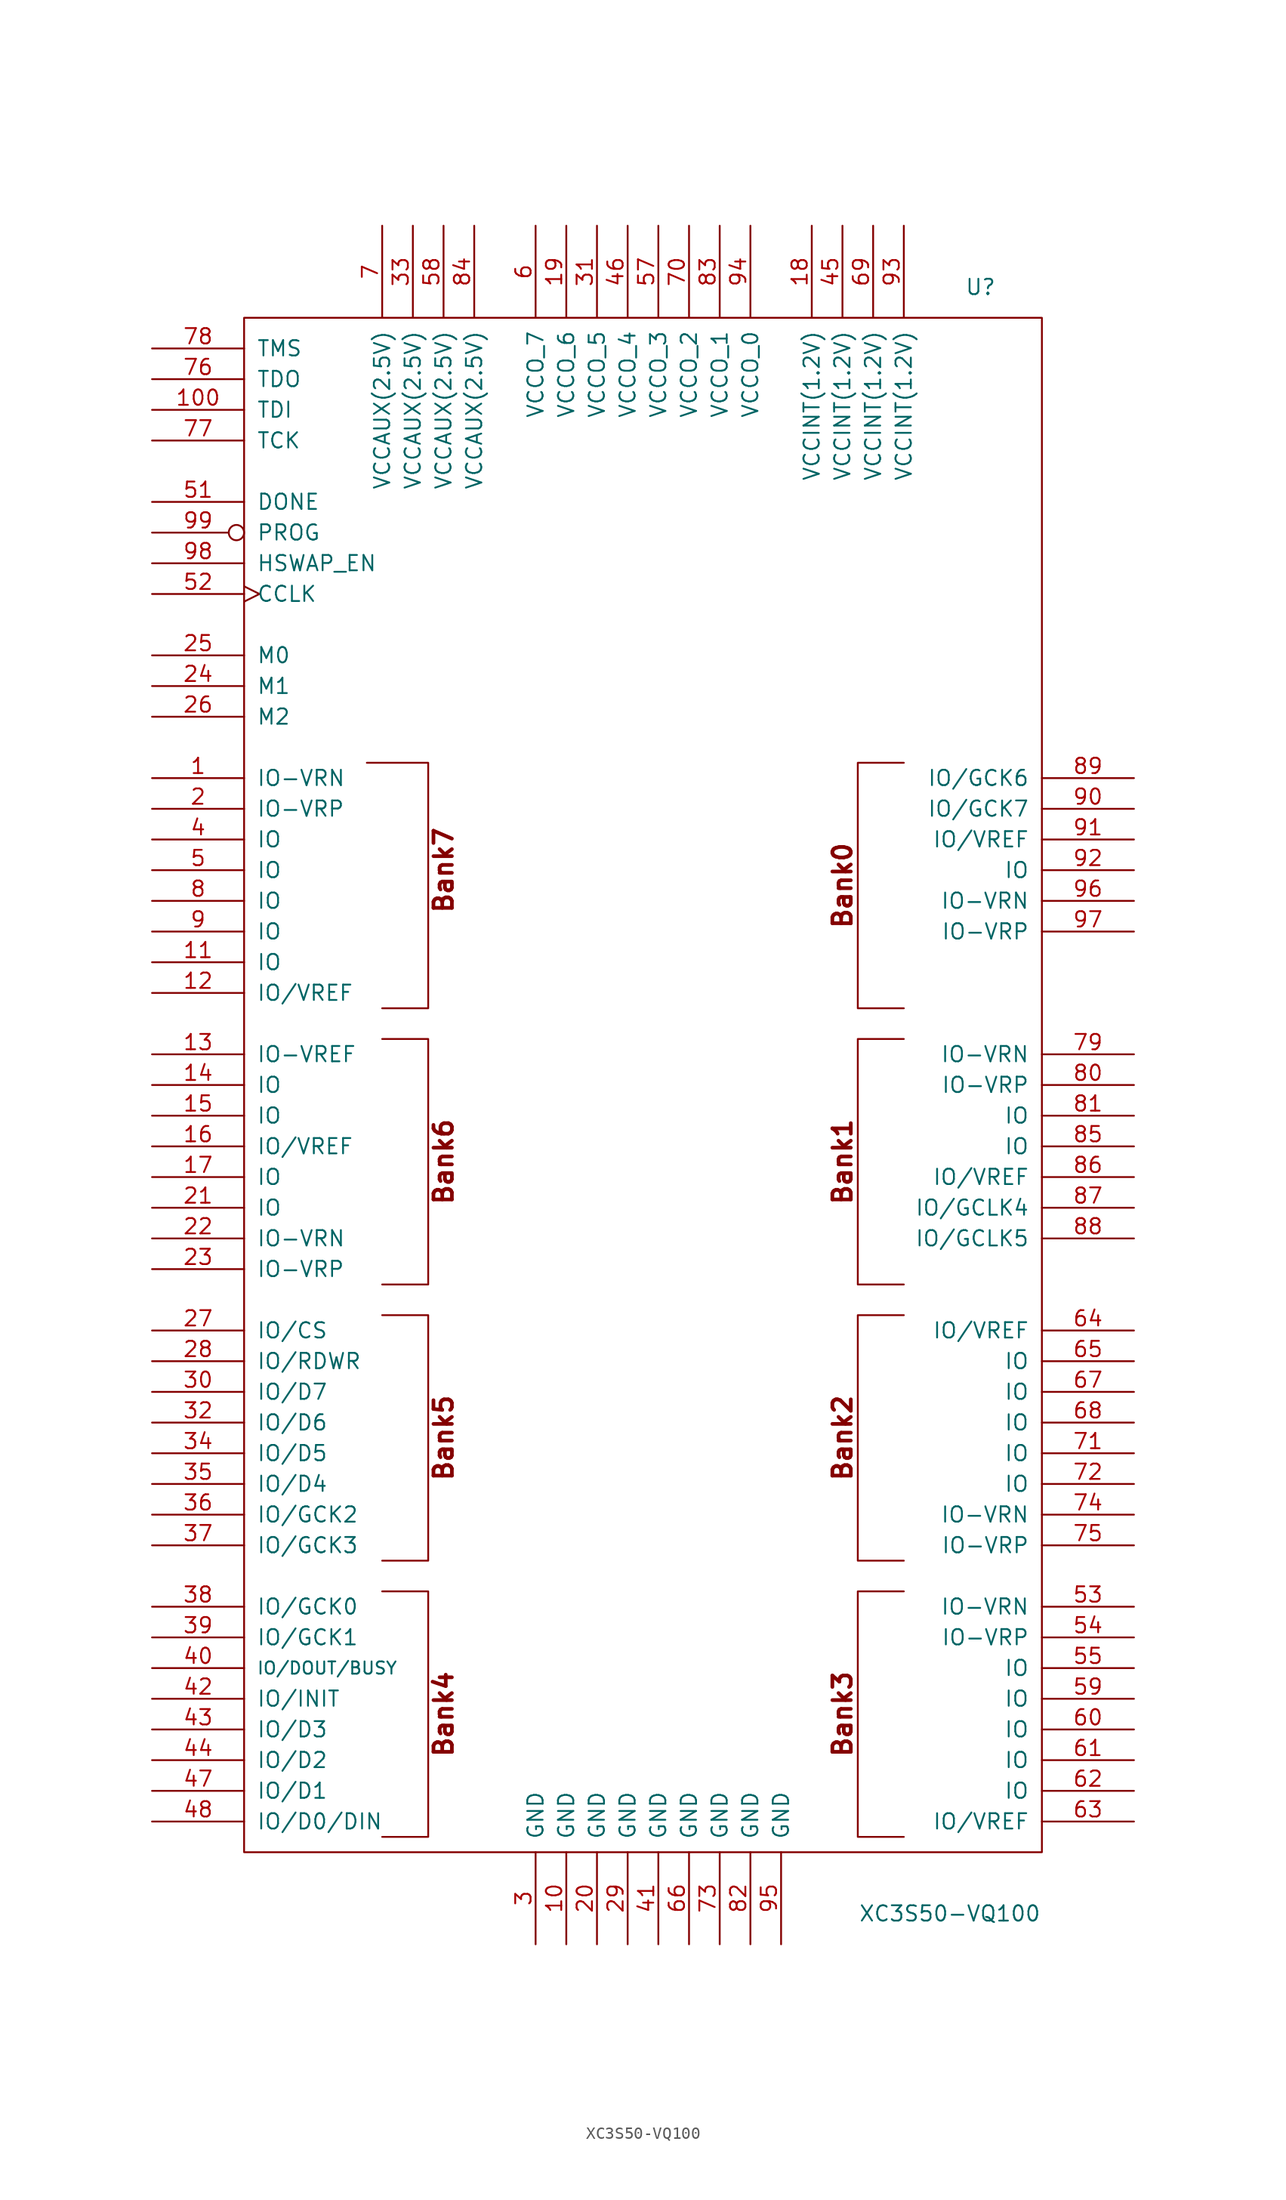
<source format=kicad_sym>
(kicad_symbol_lib
  (version 20201005)
  (generator kicad_symbol_editor)
  (symbol "XC3S50-VQ100"
    (pin_names
      (offset 1.016))
    (property "Reference" "U"
      (at 26.67 66.04 0)
      (effects (font (size 1.27 1.27))))
    (property "Value" "XC3S50-VQ100"
      (at 24.13 -68.58 0)
      (effects (font (size 1.27 1.27))))
    (symbol "XC3S50-VQ100_0_0"
      (text "Bank0" (at 15.24 16.51 900) (effects (font (size 1.524 1.524) bold)))
      (text "Bank1" (at 15.24 -6.35 900) (effects (font (size 1.524 1.524) bold)))
      (text "Bank2" (at 15.24 -29.21 900) (effects (font (size 1.524 1.524) bold)))
      (text "Bank3" (at 15.24 -52.07 900) (effects (font (size 1.524 1.524) bold)))
      (text "Bank4" (at -17.78 -52.07 900) (effects (font (size 1.524 1.524) bold)))
      (text "Bank5" (at -17.78 -29.21 900) (effects (font (size 1.524 1.524) bold)))
      (text "Bank6" (at -17.78 -6.35 900) (effects (font (size 1.524 1.524) bold)))
      (text "Bank7" (at -17.78 17.78 900) (effects (font (size 1.524 1.524) bold)))
      (rectangle (start -34.29 63.5) (end 31.75 -63.5) (stroke (width 0)) (fill (type none))))
    (symbol "XC3S50-VQ100_0_1"
      (polyline (pts (xy -24.13 26.67) (xy -19.05 26.67) (xy -19.05 6.35) (xy -22.86 6.35) (xy -22.86 6.35)) (stroke (width 0)) (fill (type none)))
      (polyline (pts (xy -22.86 -41.91) (xy -19.05 -41.91) (xy -19.05 -62.23) (xy -22.86 -62.23) (xy -22.86 -62.23)) (stroke (width 0)) (fill (type none)))
      (polyline (pts (xy -22.86 -19.05) (xy -19.05 -19.05) (xy -19.05 -39.37) (xy -22.86 -39.37) (xy -22.86 -39.37)) (stroke (width 0)) (fill (type none)))
      (polyline (pts (xy -22.86 3.81) (xy -19.05 3.81) (xy -19.05 -16.51) (xy -22.86 -16.51) (xy -22.86 -16.51)) (stroke (width 0)) (fill (type none)))
      (polyline (pts (xy 20.32 -41.91) (xy 16.51 -41.91) (xy 16.51 -62.23) (xy 20.32 -62.23) (xy 20.32 -62.23)) (stroke (width 0)) (fill (type none)))
      (polyline (pts (xy 20.32 -19.05) (xy 16.51 -19.05) (xy 16.51 -39.37) (xy 20.32 -39.37) (xy 20.32 -39.37)) (stroke (width 0)) (fill (type none)))
      (polyline (pts (xy 20.32 3.81) (xy 16.51 3.81) (xy 16.51 -16.51) (xy 20.32 -16.51) (xy 20.32 -16.51)) (stroke (width 0)) (fill (type none)))
      (polyline (pts (xy 20.32 26.67) (xy 16.51 26.67) (xy 16.51 6.35) (xy 20.32 6.35) (xy 20.32 6.35)) (stroke (width 0)) (fill (type none))))
    (symbol "XC3S50-VQ100_1_1"
      (pin bidirectional line (at -41.91 25.4 0) (length 7.62) (name "IO-VRN" (effects (font (size 1.27 1.27)))) (number "1" (effects (font (size 1.27 1.27)))))
      (pin power_in line (at -7.62 -71.12 90) (length 7.62) (name "GND" (effects (font (size 1.27 1.27)))) (number "10" (effects (font (size 1.27 1.27)))))
      (pin input line (at -41.91 55.88 0) (length 7.62) (name "TDI" (effects (font (size 1.27 1.27)))) (number "100" (effects (font (size 1.27 1.27)))))
      (pin bidirectional line (at -41.91 10.16 0) (length 7.62) (name "IO" (effects (font (size 1.27 1.27)))) (number "11" (effects (font (size 1.27 1.27)))))
      (pin bidirectional line (at -41.91 7.62 0) (length 7.62) (name "IO/VREF" (effects (font (size 1.27 1.27)))) (number "12" (effects (font (size 1.27 1.27)))))
      (pin input line (at -41.91 2.54 0) (length 7.62) (name "IO-VREF" (effects (font (size 1.27 1.27)))) (number "13" (effects (font (size 1.27 1.27)))))
      (pin bidirectional line (at -41.91 0 0) (length 7.62) (name "IO" (effects (font (size 1.27 1.27)))) (number "14" (effects (font (size 1.27 1.27)))))
      (pin bidirectional line (at -41.91 -2.54 0) (length 7.62) (name "IO" (effects (font (size 1.27 1.27)))) (number "15" (effects (font (size 1.27 1.27)))))
      (pin bidirectional line (at -41.91 -5.08 0) (length 7.62) (name "IO/VREF" (effects (font (size 1.27 1.27)))) (number "16" (effects (font (size 1.27 1.27)))))
      (pin bidirectional line (at -41.91 -7.62 0) (length 7.62) (name "IO" (effects (font (size 1.27 1.27)))) (number "17" (effects (font (size 1.27 1.27)))))
      (pin power_in line (at 12.7 71.12 270) (length 7.62) (name "VCCINT(1.2V)" (effects (font (size 1.27 1.27)))) (number "18" (effects (font (size 1.27 1.27)))))
      (pin power_in line (at -7.62 71.12 270) (length 7.62) (name "VCCO_6" (effects (font (size 1.27 1.27)))) (number "19" (effects (font (size 1.27 1.27)))))
      (pin bidirectional line (at -41.91 22.86 0) (length 7.62) (name "IO-VRP" (effects (font (size 1.27 1.27)))) (number "2" (effects (font (size 1.27 1.27)))))
      (pin power_in line (at -5.08 -71.12 90) (length 7.62) (name "GND" (effects (font (size 1.27 1.27)))) (number "20" (effects (font (size 1.27 1.27)))))
      (pin bidirectional line (at -41.91 -10.16 0) (length 7.62) (name "IO" (effects (font (size 1.27 1.27)))) (number "21" (effects (font (size 1.27 1.27)))))
      (pin bidirectional line (at -41.91 -12.7 0) (length 7.62) (name "IO-VRN" (effects (font (size 1.27 1.27)))) (number "22" (effects (font (size 1.27 1.27)))))
      (pin bidirectional line (at -41.91 -15.24 0) (length 7.62) (name "IO-VRP" (effects (font (size 1.27 1.27)))) (number "23" (effects (font (size 1.27 1.27)))))
      (pin input line (at -41.91 33.02 0) (length 7.62) (name "M1" (effects (font (size 1.27 1.27)))) (number "24" (effects (font (size 1.27 1.27)))))
      (pin input line (at -41.91 35.56 0) (length 7.62) (name "M0" (effects (font (size 1.27 1.27)))) (number "25" (effects (font (size 1.27 1.27)))))
      (pin input line (at -41.91 30.48 0) (length 7.62) (name "M2" (effects (font (size 1.27 1.27)))) (number "26" (effects (font (size 1.27 1.27)))))
      (pin bidirectional line (at -41.91 -20.32 0) (length 7.62) (name "IO/CS" (effects (font (size 1.27 1.27)))) (number "27" (effects (font (size 1.27 1.27)))))
      (pin bidirectional line (at -41.91 -22.86 0) (length 7.62) (name "IO/RDWR" (effects (font (size 1.27 1.27)))) (number "28" (effects (font (size 1.27 1.27)))))
      (pin power_in line (at -2.54 -71.12 90) (length 7.62) (name "GND" (effects (font (size 1.27 1.27)))) (number "29" (effects (font (size 1.27 1.27)))))
      (pin power_in line (at -10.16 -71.12 90) (length 7.62) (name "GND" (effects (font (size 1.27 1.27)))) (number "3" (effects (font (size 1.27 1.27)))))
      (pin bidirectional line (at -41.91 -25.4 0) (length 7.62) (name "IO/D7" (effects (font (size 1.27 1.27)))) (number "30" (effects (font (size 1.27 1.27)))))
      (pin power_in line (at -5.08 71.12 270) (length 7.62) (name "VCCO_5" (effects (font (size 1.27 1.27)))) (number "31" (effects (font (size 1.27 1.27)))))
      (pin bidirectional line (at -41.91 -27.94 0) (length 7.62) (name "IO/D6" (effects (font (size 1.27 1.27)))) (number "32" (effects (font (size 1.27 1.27)))))
      (pin power_in line (at -20.32 71.12 270) (length 7.62) (name "VCCAUX(2.5V)" (effects (font (size 1.27 1.27)))) (number "33" (effects (font (size 1.27 1.27)))))
      (pin bidirectional line (at -41.91 -30.48 0) (length 7.62) (name "IO/D5" (effects (font (size 1.27 1.27)))) (number "34" (effects (font (size 1.27 1.27)))))
      (pin bidirectional line (at -41.91 -33.02 0) (length 7.62) (name "IO/D4" (effects (font (size 1.27 1.27)))) (number "35" (effects (font (size 1.27 1.27)))))
      (pin bidirectional line (at -41.91 -35.56 0) (length 7.62) (name "IO/GCK2" (effects (font (size 1.27 1.27)))) (number "36" (effects (font (size 1.27 1.27)))))
      (pin bidirectional line (at -41.91 -38.1 0) (length 7.62) (name "IO/GCK3" (effects (font (size 1.27 1.27)))) (number "37" (effects (font (size 1.27 1.27)))))
      (pin bidirectional line (at -41.91 -43.18 0) (length 7.62) (name "IO/GCK0" (effects (font (size 1.27 1.27)))) (number "38" (effects (font (size 1.27 1.27)))))
      (pin bidirectional line (at -41.91 -45.72 0) (length 7.62) (name "IO/GCK1" (effects (font (size 1.27 1.27)))) (number "39" (effects (font (size 1.27 1.27)))))
      (pin bidirectional line (at -41.91 20.32 0) (length 7.62) (name "IO" (effects (font (size 1.27 1.27)))) (number "4" (effects (font (size 1.27 1.27)))))
      (pin bidirectional line (at -41.91 -48.26 0) (length 7.62) (name "IO/DOUT/BUSY" (effects (font (size 1.016 1.016)))) (number "40" (effects (font (size 1.27 1.27)))))
      (pin power_in line (at 0 -71.12 90) (length 7.62) (name "GND" (effects (font (size 1.27 1.27)))) (number "41" (effects (font (size 1.27 1.27)))))
      (pin bidirectional line (at -41.91 -50.8 0) (length 7.62) (name "IO/INIT" (effects (font (size 1.27 1.27)))) (number "42" (effects (font (size 1.27 1.27)))))
      (pin bidirectional line (at -41.91 -53.34 0) (length 7.62) (name "IO/D3" (effects (font (size 1.27 1.27)))) (number "43" (effects (font (size 1.27 1.27)))))
      (pin bidirectional line (at -41.91 -55.88 0) (length 7.62) (name "IO/D2" (effects (font (size 1.27 1.27)))) (number "44" (effects (font (size 1.27 1.27)))))
      (pin power_in line (at 15.24 71.12 270) (length 7.62) (name "VCCINT(1.2V)" (effects (font (size 1.27 1.27)))) (number "45" (effects (font (size 1.27 1.27)))))
      (pin power_in line (at -2.54 71.12 270) (length 7.62) (name "VCCO_4" (effects (font (size 1.27 1.27)))) (number "46" (effects (font (size 1.27 1.27)))))
      (pin bidirectional line (at -41.91 -58.42 0) (length 7.62) (name "IO/D1" (effects (font (size 1.27 1.27)))) (number "47" (effects (font (size 1.27 1.27)))))
      (pin bidirectional line (at -41.91 -60.96 0) (length 7.62) (name "IO/D0/DIN" (effects (font (size 1.27 1.27)))) (number "48" (effects (font (size 1.27 1.27)))))
      (pin bidirectional line (at -41.91 17.78 0) (length 7.62) (name "IO" (effects (font (size 1.27 1.27)))) (number "5" (effects (font (size 1.27 1.27)))))
      (pin open_collector line (at -41.91 48.26 0) (length 7.62) (name "DONE" (effects (font (size 1.27 1.27)))) (number "51" (effects (font (size 1.27 1.27)))))
      (pin input clock (at -41.91 40.64 0) (length 7.62) (name "CCLK" (effects (font (size 1.27 1.27)))) (number "52" (effects (font (size 1.27 1.27)))))
      (pin bidirectional line (at 39.37 -43.18 180) (length 7.62) (name "IO-VRN" (effects (font (size 1.27 1.27)))) (number "53" (effects (font (size 1.27 1.27)))))
      (pin bidirectional line (at 39.37 -45.72 180) (length 7.62) (name "IO-VRP" (effects (font (size 1.27 1.27)))) (number "54" (effects (font (size 1.27 1.27)))))
      (pin bidirectional line (at 39.37 -48.26 180) (length 7.62) (name "IO" (effects (font (size 1.27 1.27)))) (number "55" (effects (font (size 1.27 1.27)))))
      (pin power_in line (at 0 71.12 270) (length 7.62) (name "VCCO_3" (effects (font (size 1.27 1.27)))) (number "57" (effects (font (size 1.27 1.27)))))
      (pin power_in line (at -17.78 71.12 270) (length 7.62) (name "VCCAUX(2.5V)" (effects (font (size 1.27 1.27)))) (number "58" (effects (font (size 1.27 1.27)))))
      (pin bidirectional line (at 39.37 -50.8 180) (length 7.62) (name "IO" (effects (font (size 1.27 1.27)))) (number "59" (effects (font (size 1.27 1.27)))))
      (pin power_in line (at -10.16 71.12 270) (length 7.62) (name "VCCO_7" (effects (font (size 1.27 1.27)))) (number "6" (effects (font (size 1.27 1.27)))))
      (pin bidirectional line (at 39.37 -53.34 180) (length 7.62) (name "IO" (effects (font (size 1.27 1.27)))) (number "60" (effects (font (size 1.27 1.27)))))
      (pin bidirectional line (at 39.37 -55.88 180) (length 7.62) (name "IO" (effects (font (size 1.27 1.27)))) (number "61" (effects (font (size 1.27 1.27)))))
      (pin bidirectional line (at 39.37 -58.42 180) (length 7.62) (name "IO" (effects (font (size 1.27 1.27)))) (number "62" (effects (font (size 1.27 1.27)))))
      (pin bidirectional line (at 39.37 -60.96 180) (length 7.62) (name "IO/VREF" (effects (font (size 1.27 1.27)))) (number "63" (effects (font (size 1.27 1.27)))))
      (pin bidirectional line (at 39.37 -20.32 180) (length 7.62) (name "IO/VREF" (effects (font (size 1.27 1.27)))) (number "64" (effects (font (size 1.27 1.27)))))
      (pin bidirectional line (at 39.37 -22.86 180) (length 7.62) (name "IO" (effects (font (size 1.27 1.27)))) (number "65" (effects (font (size 1.27 1.27)))))
      (pin power_in line (at 2.54 -71.12 90) (length 7.62) (name "GND" (effects (font (size 1.27 1.27)))) (number "66" (effects (font (size 1.27 1.27)))))
      (pin bidirectional line (at 39.37 -25.4 180) (length 7.62) (name "IO" (effects (font (size 1.27 1.27)))) (number "67" (effects (font (size 1.27 1.27)))))
      (pin bidirectional line (at 39.37 -27.94 180) (length 7.62) (name "IO" (effects (font (size 1.27 1.27)))) (number "68" (effects (font (size 1.27 1.27)))))
      (pin power_in line (at 17.78 71.12 270) (length 7.62) (name "VCCINT(1.2V)" (effects (font (size 1.27 1.27)))) (number "69" (effects (font (size 1.27 1.27)))))
      (pin power_in line (at -22.86 71.12 270) (length 7.62) (name "VCCAUX(2.5V)" (effects (font (size 1.27 1.27)))) (number "7" (effects (font (size 1.27 1.27)))))
      (pin power_in line (at 2.54 71.12 270) (length 7.62) (name "VCCO_2" (effects (font (size 1.27 1.27)))) (number "70" (effects (font (size 1.27 1.27)))))
      (pin bidirectional line (at 39.37 -30.48 180) (length 7.62) (name "IO" (effects (font (size 1.27 1.27)))) (number "71" (effects (font (size 1.27 1.27)))))
      (pin bidirectional line (at 39.37 -33.02 180) (length 7.62) (name "IO" (effects (font (size 1.27 1.27)))) (number "72" (effects (font (size 1.27 1.27)))))
      (pin power_in line (at 5.08 -71.12 90) (length 7.62) (name "GND" (effects (font (size 1.27 1.27)))) (number "73" (effects (font (size 1.27 1.27)))))
      (pin bidirectional line (at 39.37 -35.56 180) (length 7.62) (name "IO-VRN" (effects (font (size 1.27 1.27)))) (number "74" (effects (font (size 1.27 1.27)))))
      (pin bidirectional line (at 39.37 -38.1 180) (length 7.62) (name "IO-VRP" (effects (font (size 1.27 1.27)))) (number "75" (effects (font (size 1.27 1.27)))))
      (pin output line (at -41.91 58.42 0) (length 7.62) (name "TDO" (effects (font (size 1.27 1.27)))) (number "76" (effects (font (size 1.27 1.27)))))
      (pin input line (at -41.91 53.34 0) (length 7.62) (name "TCK" (effects (font (size 1.27 1.27)))) (number "77" (effects (font (size 1.27 1.27)))))
      (pin input line (at -41.91 60.96 0) (length 7.62) (name "TMS" (effects (font (size 1.27 1.27)))) (number "78" (effects (font (size 1.27 1.27)))))
      (pin bidirectional line (at 39.37 2.54 180) (length 7.62) (name "IO-VRN" (effects (font (size 1.27 1.27)))) (number "79" (effects (font (size 1.27 1.27)))))
      (pin bidirectional line (at -41.91 15.24 0) (length 7.62) (name "IO" (effects (font (size 1.27 1.27)))) (number "8" (effects (font (size 1.27 1.27)))))
      (pin bidirectional line (at 39.37 0 180) (length 7.62) (name "IO-VRP" (effects (font (size 1.27 1.27)))) (number "80" (effects (font (size 1.27 1.27)))))
      (pin bidirectional line (at 39.37 -2.54 180) (length 7.62) (name "IO" (effects (font (size 1.27 1.27)))) (number "81" (effects (font (size 1.27 1.27)))))
      (pin power_in line (at 7.62 -71.12 90) (length 7.62) (name "GND" (effects (font (size 1.27 1.27)))) (number "82" (effects (font (size 1.27 1.27)))))
      (pin passive line (at 5.08 71.12 270) (length 7.62) (name "VCCO_1" (effects (font (size 1.27 1.27)))) (number "83" (effects (font (size 1.27 1.27)))))
      (pin power_in line (at -15.24 71.12 270) (length 7.62) (name "VCCAUX(2.5V)" (effects (font (size 1.27 1.27)))) (number "84" (effects (font (size 1.27 1.27)))))
      (pin bidirectional line (at 39.37 -5.08 180) (length 7.62) (name "IO" (effects (font (size 1.27 1.27)))) (number "85" (effects (font (size 1.27 1.27)))))
      (pin bidirectional line (at 39.37 -7.62 180) (length 7.62) (name "IO/VREF" (effects (font (size 1.27 1.27)))) (number "86" (effects (font (size 1.27 1.27)))))
      (pin bidirectional line (at 39.37 -10.16 180) (length 7.62) (name "IO/GCLK4" (effects (font (size 1.27 1.27)))) (number "87" (effects (font (size 1.27 1.27)))))
      (pin bidirectional line (at 39.37 -12.7 180) (length 7.62) (name "IO/GCLK5" (effects (font (size 1.27 1.27)))) (number "88" (effects (font (size 1.27 1.27)))))
      (pin bidirectional line (at 39.37 25.4 180) (length 7.62) (name "IO/GCK6" (effects (font (size 1.27 1.27)))) (number "89" (effects (font (size 1.27 1.27)))))
      (pin bidirectional line (at -41.91 12.7 0) (length 7.62) (name "IO" (effects (font (size 1.27 1.27)))) (number "9" (effects (font (size 1.27 1.27)))))
      (pin bidirectional line (at 39.37 22.86 180) (length 7.62) (name "IO/GCK7" (effects (font (size 1.27 1.27)))) (number "90" (effects (font (size 1.27 1.27)))))
      (pin bidirectional line (at 39.37 20.32 180) (length 7.62) (name "IO/VREF" (effects (font (size 1.27 1.27)))) (number "91" (effects (font (size 1.27 1.27)))))
      (pin bidirectional line (at 39.37 17.78 180) (length 7.62) (name "IO" (effects (font (size 1.27 1.27)))) (number "92" (effects (font (size 1.27 1.27)))))
      (pin power_in line (at 20.32 71.12 270) (length 7.62) (name "VCCINT(1.2V)" (effects (font (size 1.27 1.27)))) (number "93" (effects (font (size 1.27 1.27)))))
      (pin passive line (at 7.62 71.12 270) (length 7.62) (name "VCCO_0" (effects (font (size 1.27 1.27)))) (number "94" (effects (font (size 1.27 1.27)))))
      (pin power_in line (at 10.16 -71.12 90) (length 7.62) (name "GND" (effects (font (size 1.27 1.27)))) (number "95" (effects (font (size 1.27 1.27)))))
      (pin bidirectional line (at 39.37 15.24 180) (length 7.62) (name "IO-VRN" (effects (font (size 1.27 1.27)))) (number "96" (effects (font (size 1.27 1.27)))))
      (pin bidirectional line (at 39.37 12.7 180) (length 7.62) (name "IO-VRP" (effects (font (size 1.27 1.27)))) (number "97" (effects (font (size 1.27 1.27)))))
      (pin bidirectional line (at -41.91 43.18 0) (length 7.62) (name "HSWAP_EN" (effects (font (size 1.27 1.27)))) (number "98" (effects (font (size 1.27 1.27)))))
      (pin input inverted (at -41.91 45.72 0) (length 7.62) (name "PROG" (effects (font (size 1.27 1.27)))) (number "99" (effects (font (size 1.27 1.27))))))))
</source>
